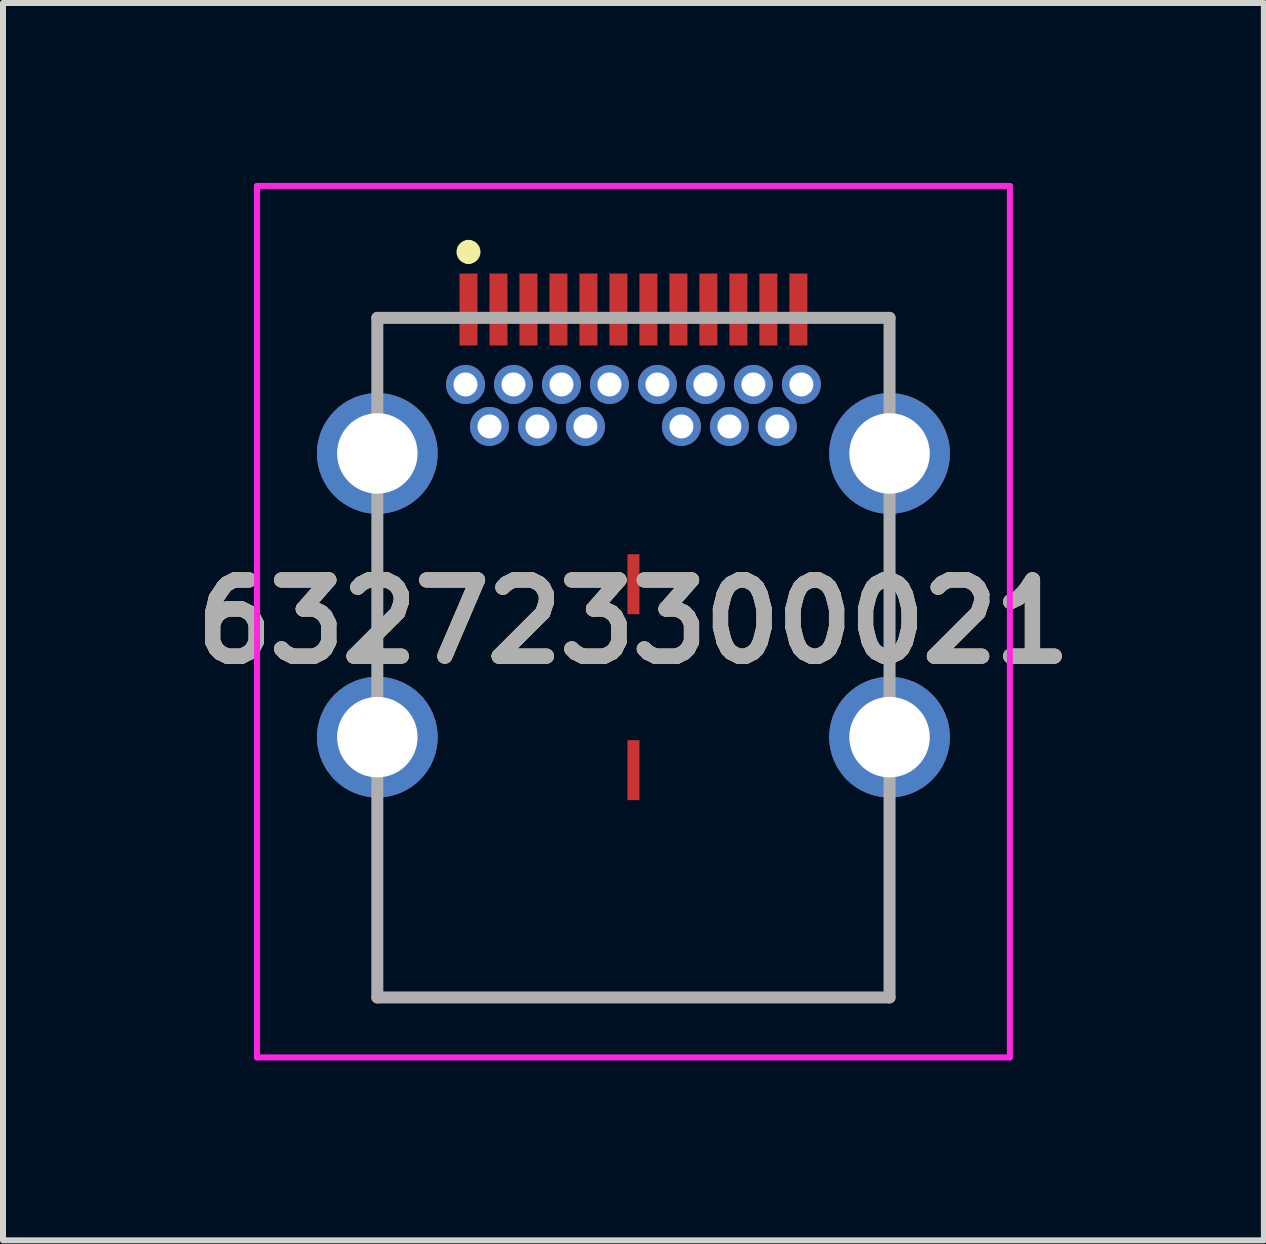
<source format=kicad_pcb>
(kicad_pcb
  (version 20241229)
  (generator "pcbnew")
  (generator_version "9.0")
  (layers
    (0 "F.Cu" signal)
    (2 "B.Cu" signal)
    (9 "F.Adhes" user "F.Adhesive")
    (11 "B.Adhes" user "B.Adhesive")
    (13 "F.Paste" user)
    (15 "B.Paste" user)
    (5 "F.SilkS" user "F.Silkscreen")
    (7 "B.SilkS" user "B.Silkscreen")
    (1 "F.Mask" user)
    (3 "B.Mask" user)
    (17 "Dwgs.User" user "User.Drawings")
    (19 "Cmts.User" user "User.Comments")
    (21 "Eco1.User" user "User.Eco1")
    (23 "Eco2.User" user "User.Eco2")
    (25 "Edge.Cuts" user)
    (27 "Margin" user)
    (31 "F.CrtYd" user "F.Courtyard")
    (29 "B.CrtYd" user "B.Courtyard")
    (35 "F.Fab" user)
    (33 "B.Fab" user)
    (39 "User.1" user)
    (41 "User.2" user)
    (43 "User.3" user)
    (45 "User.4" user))
  (footprint "632723300021"
    (layer "F.Cu")
    (at 7.511 12.69)
    (property "Reference" "632723300021" (at 0 -5.375 0) (layer "F.SilkS") (effects (font (size 1.27 1.27) (thickness 0.254))))
    (attr through_hole)
    (fp_line (start -4.27 -10.44) (end -4.27 -9.44) (stroke (width 0.1) (type solid)) (layer "F.SilkS"))
    (fp_line (start -4.27 -6.44) (end -4.27 -4.94) (stroke (width 0.1) (type solid)) (layer "F.SilkS"))
    (fp_line (start -4.27 -1.94) (end -4.27 0.89) (stroke (width 0.1) (type solid)) (layer "F.SilkS"))
    (fp_line (start -4.27 0.89) (end 4.27 0.89) (stroke (width 0.1) (type solid)) (layer "F.SilkS"))
    (fp_line (start -3.5 -10.44) (end -4.27 -10.44) (stroke (width 0.1) (type solid)) (layer "F.SilkS"))
    (fp_line (start -2.75 -11.64) (end -2.75 -11.64) (stroke (width 0.2) (type solid)) (layer "F.SilkS"))
    (fp_line (start -2.75 -11.44) (end -2.75 -11.44) (stroke (width 0.2) (type solid)) (layer "F.SilkS"))
    (fp_line (start 3.5 -10.44) (end 4.27 -10.44) (stroke (width 0.1) (type solid)) (layer "F.SilkS"))
    (fp_line (start 4.27 -10.44) (end 4.27 -9.44) (stroke (width 0.1) (type solid)) (layer "F.SilkS"))
    (fp_line (start 4.27 -6.44) (end 4.27 -4.94) (stroke (width 0.1) (type solid)) (layer "F.SilkS"))
    (fp_line (start 4.27 0.89) (end 4.27 -1.94) (stroke (width 0.1) (type solid)) (layer "F.SilkS"))
    (fp_arc (start -2.75 -11.64) (mid -2.65 -11.54) (end -2.75 -11.44) (stroke (width 0.2) (type solid)) (layer "F.SilkS"))
    (fp_arc (start -2.75 -11.44) (mid -2.85 -11.54) (end -2.75 -11.64) (stroke (width 0.2) (type solid)) (layer "F.SilkS"))
    (fp_line (start -6.276 -12.64) (end 6.276 -12.64) (stroke (width 0.1) (type solid)) (layer "F.CrtYd"))
    (fp_line (start -6.276 1.89) (end -6.276 -12.64) (stroke (width 0.1) (type solid)) (layer "F.CrtYd"))
    (fp_line (start 6.276 -12.64) (end 6.276 1.89) (stroke (width 0.1) (type solid)) (layer "F.CrtYd"))
    (fp_line (start 6.276 1.89) (end -6.276 1.89) (stroke (width 0.1) (type solid)) (layer "F.CrtYd"))
    (fp_line (start -4.27 -10.44) (end 4.27 -10.44) (stroke (width 0.2) (type solid)) (layer "F.Fab"))
    (fp_line (start -4.27 0.89) (end -4.27 -10.44) (stroke (width 0.2) (type solid)) (layer "F.Fab"))
    (fp_line (start 4.27 -10.44) (end 4.27 0.89) (stroke (width 0.2) (type solid)) (layer "F.Fab"))
    (fp_line (start 4.27 0.89) (end -4.27 0.89) (stroke (width 0.2) (type solid)) (layer "F.Fab"))
    (fp_text user "${REFERENCE}" (at 0 -5.375 0) (layer "F.Fab") (effects (font (size 1.27 1.27) (thickness 0.254))))
    (pad "A1" smd rect (at -2.75 -10.58) (size 0.3 1.2) (layers "F.Cu" "F.Mask" "F.Paste"))
    (pad "A2" smd rect (at -2.25 -10.58) (size 0.3 1.2) (layers "F.Cu" "F.Mask" "F.Paste"))
    (pad "A3" smd rect (at -1.75 -10.58) (size 0.3 1.2) (layers "F.Cu" "F.Mask" "F.Paste"))
    (pad "A4" smd rect (at -1.25 -10.58) (size 0.3 1.2) (layers "F.Cu" "F.Mask" "F.Paste"))
    (pad "A5" smd rect (at -0.75 -10.58) (size 0.3 1.2) (layers "F.Cu" "F.Mask" "F.Paste"))
    (pad "A6" smd rect (at -0.25 -10.58) (size 0.3 1.2) (layers "F.Cu" "F.Mask" "F.Paste"))
    (pad "A7" smd rect (at 0.25 -10.58) (size 0.3 1.2) (layers "F.Cu" "F.Mask" "F.Paste"))
    (pad "A8" smd rect (at 0.75 -10.58) (size 0.3 1.2) (layers "F.Cu" "F.Mask" "F.Paste"))
    (pad "A9" smd rect (at 1.25 -10.58) (size 0.3 1.2) (layers "F.Cu" "F.Mask" "F.Paste"))
    (pad "A10" smd rect (at 1.75 -10.58) (size 0.3 1.2) (layers "F.Cu" "F.Mask" "F.Paste"))
    (pad "A11" smd rect (at 2.25 -10.58) (size 0.3 1.2) (layers "F.Cu" "F.Mask" "F.Paste"))
    (pad "A12" smd rect (at 2.75 -10.58) (size 0.3 1.2) (layers "F.Cu" "F.Mask" "F.Paste"))
    (pad "B1" thru_hole circle (at 2.8 -9.33) (size 0.65 0.65) (drill 0.4) (layers "*.Cu" "*.Mask"))
    (pad "B2" thru_hole circle (at 2.4 -8.63) (size 0.65 0.65) (drill 0.4) (layers "*.Cu" "*.Mask"))
    (pad "B3" thru_hole circle (at 1.6 -8.63) (size 0.65 0.65) (drill 0.4) (layers "*.Cu" "*.Mask"))
    (pad "B4" thru_hole circle (at 1.2 -9.33) (size 0.65 0.65) (drill 0.4) (layers "*.Cu" "*.Mask"))
    (pad "B5" thru_hole circle (at 0.8 -8.63) (size 0.65 0.65) (drill 0.4) (layers "*.Cu" "*.Mask"))
    (pad "B6" thru_hole circle (at 0.4 -9.33) (size 0.65 0.65) (drill 0.4) (layers "*.Cu" "*.Mask"))
    (pad "B7" thru_hole circle (at -0.4 -9.33) (size 0.65 0.65) (drill 0.4) (layers "*.Cu" "*.Mask"))
    (pad "B8" thru_hole circle (at -0.8 -8.63) (size 0.65 0.65) (drill 0.4) (layers "*.Cu" "*.Mask"))
    (pad "B9" thru_hole circle (at -1.2 -9.33) (size 0.65 0.65) (drill 0.4) (layers "*.Cu" "*.Mask"))
    (pad "B10" thru_hole circle (at -1.6 -8.63) (size 0.65 0.65) (drill 0.4) (layers "*.Cu" "*.Mask"))
    (pad "B11" thru_hole circle (at -2.4 -8.63) (size 0.65 0.65) (drill 0.4) (layers "*.Cu" "*.Mask"))
    (pad "B12" thru_hole circle (at -2.8 -9.33) (size 0.65 0.65) (drill 0.4) (layers "*.Cu" "*.Mask"))
    (pad "B13" thru_hole circle (at 2 -9.33) (size 0.65 0.65) (drill 0.4) (layers "*.Cu" "*.Mask"))
    (pad "B14" thru_hole circle (at -2 -9.33) (size 0.65 0.65) (drill 0.4) (layers "*.Cu" "*.Mask"))
    (pad "MH1" thru_hole circle (at 4.27 -3.45) (size 2.012 2.012) (drill 1.342) (layers "*.Cu" "*.Mask"))
    (pad "MH2" thru_hole circle (at 4.27 -8.18) (size 2.012 2.012) (drill 1.342) (layers "*.Cu" "*.Mask"))
    (pad "MH3" thru_hole circle (at -4.27 -8.18) (size 2.012 2.012) (drill 1.342) (layers "*.Cu" "*.Mask"))
    (pad "MH4" thru_hole circle (at -4.27 -3.45) (size 2.012 2.012) (drill 1.342) (layers "*.Cu" "*.Mask"))
    (pad "MP1" smd rect (at 0 -6) (size 0.2 1) (layers "F.Cu" "F.Mask" "F.Paste"))
    (pad "MP2" smd rect (at 0 -2.9) (size 0.2 1) (layers "F.Cu" "F.Mask" "F.Paste")))
  (gr_rect
    (start -3 -3)
    (end 18.022 17.63)
    (stroke (width 0.1) (type default))
    (fill no)
    (layer "Edge.Cuts")))
</source>
